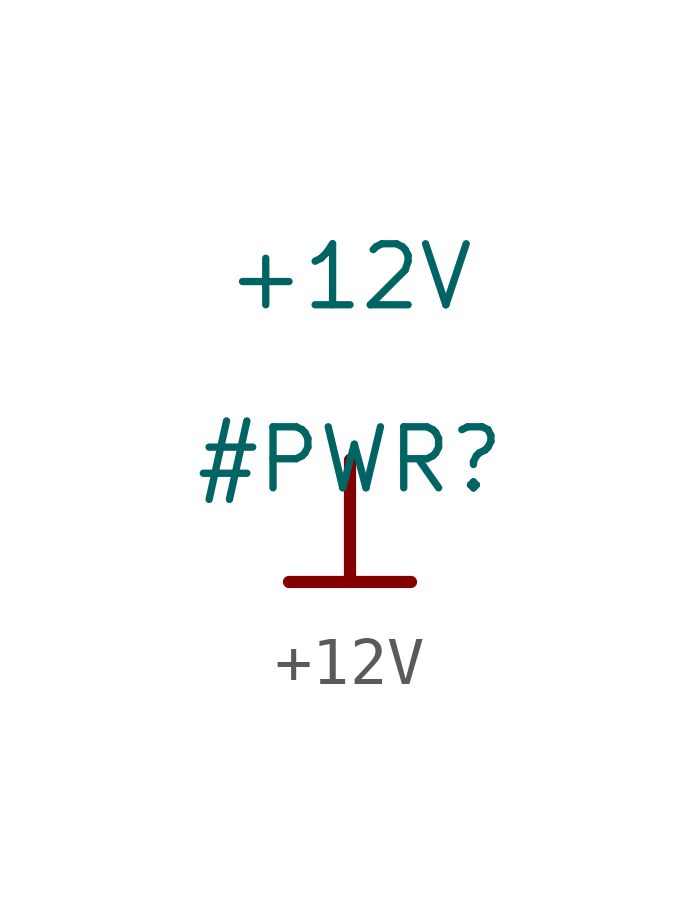
<source format=kicad_sym>
(kicad_symbol_lib
  (version 20220914)
  (generator kicad_symbol_editor)
  (symbol "+12V"
    (power)
    (property "Reference" "#PWR"
      (at 0 0 0)
      (effects (font (size 1.27 1.27))))
    (property "Value" "+12V"
      (at 0 3.81 0)
      (effects (font (size 1.27 1.27))))
    (symbol "+12V_0_0"
      (polyline (pts (xy -1.27 -2.54) (xy 1.27 -2.54)) (stroke (width 0.254) (type solid)) (fill (type none)))
      (polyline (pts (xy 0 0) (xy 0 -2.54)) (stroke (width 0.254) (type solid)) (fill (type none)))
      (pin power_in line (at 0 0 0) (length 0) hide (name "+12V" (effects (font (size 1.27 1.27)))) (number "" (effects (font (size 1.27 1.27))))))))
</source>
